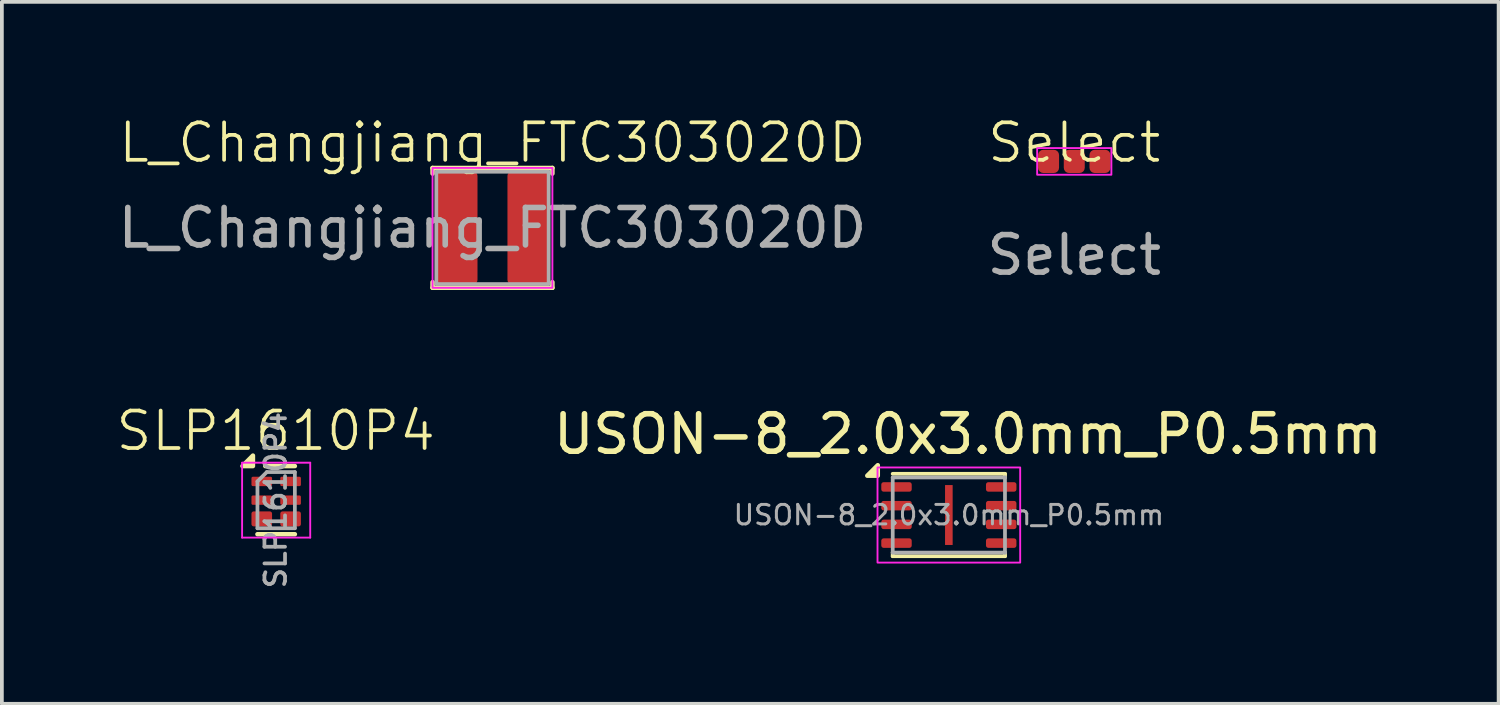
<source format=kicad_pcb>
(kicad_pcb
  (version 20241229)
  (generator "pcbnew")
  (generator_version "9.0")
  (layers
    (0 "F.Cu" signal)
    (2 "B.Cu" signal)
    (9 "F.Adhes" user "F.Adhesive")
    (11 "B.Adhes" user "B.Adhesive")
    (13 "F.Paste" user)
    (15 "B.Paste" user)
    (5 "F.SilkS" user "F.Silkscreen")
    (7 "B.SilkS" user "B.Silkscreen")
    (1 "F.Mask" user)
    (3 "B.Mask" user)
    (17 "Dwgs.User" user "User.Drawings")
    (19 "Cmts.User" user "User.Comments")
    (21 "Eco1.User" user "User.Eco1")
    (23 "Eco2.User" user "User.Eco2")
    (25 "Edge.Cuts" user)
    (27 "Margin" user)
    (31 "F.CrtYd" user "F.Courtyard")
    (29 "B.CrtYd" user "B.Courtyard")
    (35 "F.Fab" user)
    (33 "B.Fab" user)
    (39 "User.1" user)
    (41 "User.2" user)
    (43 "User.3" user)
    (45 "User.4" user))
  (footprint "SLP1610P4"
    (layer "F.Cu")
    (at 4.312 10.306)
    (property "Reference" "SLP1610P4" (at 0 -1.85 0) (unlocked yes) (layer "F.SilkS") (effects (font (size 1 1) (thickness 0.1))))
    (attr smd)
    (fp_line (start 0.512 -0.91) (end -0.278 -0.91) (stroke (width 0.12) (type solid)) (layer "F.SilkS"))
    (fp_line (start 0.512 0.91) (end -0.487 0.91) (stroke (width 0.12) (type solid)) (layer "F.SilkS"))
    (fp_poly (pts (xy -0.608 -0.91) (xy -0.887 -0.91) (xy -0.608 -1.19) (xy -0.608 -0.91)) (stroke (width 0.12) (type solid)) (fill yes) (layer "F.SilkS"))
    (fp_line (start -0.897 -1) (end 0.922 -1) (stroke (width 0.05) (type solid)) (layer "F.CrtYd"))
    (fp_line (start -0.897 1) (end -0.897 -1) (stroke (width 0.05) (type solid)) (layer "F.CrtYd"))
    (fp_line (start 0.922 -1) (end 0.922 1) (stroke (width 0.05) (type solid)) (layer "F.CrtYd"))
    (fp_line (start 0.922 1) (end -0.897 1) (stroke (width 0.05) (type solid)) (layer "F.CrtYd"))
    (fp_line (start -0.487 -0.5) (end -0.487 0.75) (stroke (width 0.1) (type solid)) (layer "F.Fab"))
    (fp_line (start -0.487 0.75) (end 0.512 0.75) (stroke (width 0.1) (type solid)) (layer "F.Fab"))
    (fp_line (start -0.237 -0.75) (end -0.487 -0.5) (stroke (width 0.1) (type solid)) (layer "F.Fab"))
    (fp_line (start 0.512 -0.75) (end -0.237 -0.75) (stroke (width 0.1) (type solid)) (layer "F.Fab"))
    (fp_line (start 0.512 -0.75) (end 0.512 0.75) (stroke (width 0.1) (type solid)) (layer "F.Fab"))
    (fp_text user "${REFERENCE}" (at 0 0 90) (unlocked yes) (layer "F.Fab") (effects (font (size 0.55 0.55) (thickness 0.1) (bold yes))))
    (pad "1" smd roundrect (at -0.372 -0.5 270) (size 0.25 0.55) (layers "F.Cu" "F.Mask" "F.Paste") (roundrect_rratio 0.15))
    (pad "2" smd roundrect (at -0.372 0 270) (size 0.25 0.55) (layers "F.Cu" "F.Mask" "F.Paste") (roundrect_rratio 0.15))
    (pad "3" smd roundrect (at -0.372 0.5 270) (size 0.4 0.55) (layers "F.Cu" "F.Mask" "F.Paste") (roundrect_rratio 0.15))
    (pad "4" smd roundrect (at 0.398 0.5 270) (size 0.4 0.55) (layers "F.Cu" "F.Mask" "F.Paste") (roundrect_rratio 0.15))
    (pad "5" smd roundrect (at 0.398 0 270) (size 0.25 0.55) (layers "F.Cu" "F.Mask" "F.Paste") (roundrect_rratio 0.15))
    (pad "6" smd roundrect (at 0.398 -0.5 270) (size 0.25 0.55) (layers "F.Cu" "F.Mask" "F.Paste") (roundrect_rratio 0.15)))
  (footprint "Select"
    (layer "F.Cu")
    (at 25.637 1.26)
    (property "Reference" "Select" (at 0 -0.5 0) (unlocked yes) (layer "F.SilkS") (effects (font (size 1 1) (thickness 0.1))))
    (attr smd)
    (fp_rect (start -0.866 -0.26) (end 0.866 0.26) (stroke (width 0.051) (type solid)) (fill yes) (layer "F.Mask"))
    (fp_rect (start -0.991 -0.356) (end 0.991 0.356) (stroke (width 0.05) (type default)) (fill no) (layer "F.CrtYd"))
    (fp_text user "${REFERENCE}" (at 0 2.5 0) (unlocked yes) (layer "F.Fab") (effects (font (size 1 1) (thickness 0.15))))
    (pad "1" smd roundrect (at -0.686 0) (size 0.56 0.62) (layers "F.Cu" "F.Mask" "F.Paste") (roundrect_rratio 0.25))
    (pad "2" smd roundrect (at 0 0) (size 0.56 0.62) (layers "F.Cu" "F.Mask" "F.Paste") (roundrect_rratio 0.25))
    (pad "3" smd roundrect (at 0.686 0) (size 0.56 0.62) (layers "F.Cu" "F.Mask" "F.Paste") (roundrect_rratio 0.25))
    (zone (net_name "") (layer "F.Cu") (hatch edge 0.5) (connect_pads) (min_thickness 0.25) (filled_areas_thickness no) (keepout (tracks allowed) (vias allowed) (pads allowed) (copperpour not_allowed) (footprints allowed)) (placement (enabled no)) (fill) (polygon (pts (xy 24.771 0.976) (xy 24.771 1.546) (xy 26.503 1.546) (xy 26.503 0.976)))))
  (footprint "L_Changjiang_FTC303020D"
    (layer "F.Cu")
    (at 10.101 3.035)
    (property "Reference" "L_Changjiang_FTC303020D" (at 0 -2.275 0) (unlocked yes) (layer "F.SilkS") (effects (font (size 1 1) (thickness 0.1))))
    (attr smd)
    (fp_line (start -1.6 -1.6) (end 1.6 -1.6) (stroke (width 0.12) (type solid)) (layer "F.SilkS"))
    (fp_line (start -1.6 -1.45) (end -1.6 -1.6) (stroke (width 0.12) (type solid)) (layer "F.SilkS"))
    (fp_line (start -1.6 1.6) (end -1.6 1.45) (stroke (width 0.12) (type solid)) (layer "F.SilkS"))
    (fp_line (start -1.6 1.6) (end 1.6 1.6) (stroke (width 0.12) (type solid)) (layer "F.SilkS"))
    (fp_line (start 1.6 -1.6) (end 1.6 -1.45) (stroke (width 0.12) (type solid)) (layer "F.SilkS"))
    (fp_line (start 1.6 1.6) (end 1.6 1.45) (stroke (width 0.12) (type solid)) (layer "F.SilkS"))
    (fp_rect (start -1.6 -1.6) (end 1.6 1.6) (stroke (width 0.05) (type default)) (fill no) (layer "F.CrtYd"))
    (fp_rect (start -1.5 -1.5) (end 1.5 1.5) (stroke (width 0.1) (type default)) (fill no) (layer "F.Fab"))
    (fp_text user "${REFERENCE}" (at 0 0 0) (unlocked yes) (layer "F.Fab") (effects (font (size 1 1) (thickness 0.15))))
    (pad "1" smd roundrect (at -0.95 0) (size 1.1 3) (layers "F.Cu" "F.Mask" "F.Paste") (roundrect_rratio 0.1))
    (pad "2" smd roundrect (at 0.95 0) (size 1.1 3) (layers "F.Cu" "F.Mask" "F.Paste") (roundrect_rratio 0.1)))
  (footprint "USON-8_2.0x3.0mm_P0.5mm"
    (layer "F.Cu")
    (at 22.288 10.703)
    (property "Reference" "USON-8_2.0x3.0mm_P0.5mm" (at 0.508 -2.159 0) (layer "F.SilkS") (effects (font (size 1 1) (thickness 0.15))))
    (attr smd)
    (fp_line (start -1.5 1) (end -1.5 1.1) (stroke (width 0.1) (type default)) (layer "F.SilkS"))
    (fp_line (start -1.5 1.1) (end 1.5 1.1) (stroke (width 0.1) (type solid)) (layer "F.SilkS"))
    (fp_line (start 1.5 -1.1) (end -1.5 -1.1) (stroke (width 0.1) (type solid)) (layer "F.SilkS"))
    (fp_line (start 1.5 -1) (end 1.5 -1.1) (stroke (width 0.1) (type default)) (layer "F.SilkS"))
    (fp_line (start 1.5 1) (end 1.5 1.1) (stroke (width 0.1) (type default)) (layer "F.SilkS"))
    (fp_poly (pts (xy -1.898 -1.05) (xy -2.178 -1.05) (xy -1.898 -1.33) (xy -1.898 -1.05)) (stroke (width 0.12) (type solid)) (fill yes) (layer "F.SilkS"))
    (fp_poly (pts (xy -1.905 -1.27) (xy 1.905 -1.27) (xy 1.905 1.27) (xy -1.905 1.27)) (stroke (width 0.05) (type default)) (fill no) (layer "F.CrtYd"))
    (fp_line (start -1.499 -1.003) (end -1.499 1.003) (stroke (width 0.1) (type solid)) (layer "F.Fab"))
    (fp_line (start -1.499 1.003) (end 1.499 1.003) (stroke (width 0.1) (type solid)) (layer "F.Fab"))
    (fp_line (start 1.499 -1.003) (end -1.499 -1.003) (stroke (width 0.1) (type solid)) (layer "F.Fab"))
    (fp_line (start 1.499 1.003) (end 1.499 -1.003) (stroke (width 0.1) (type solid)) (layer "F.Fab"))
    (fp_text user "${REFERENCE}" (at 0 0 0) (unlocked yes) (layer "F.Fab") (effects (font (size 0.52 0.52) (thickness 0.08))))
    (pad "1" smd roundrect (at -1.398 -0.75) (size 0.813 0.254) (layers "F.Cu" "F.Mask" "F.Paste") (roundrect_rratio 0.25))
    (pad "2" smd roundrect (at -1.398 -0.25) (size 0.813 0.254) (layers "F.Cu" "F.Mask" "F.Paste") (roundrect_rratio 0.25))
    (pad "3" smd roundrect (at -1.398 0.25) (size 0.813 0.254) (layers "F.Cu" "F.Mask" "F.Paste") (roundrect_rratio 0.25))
    (pad "4" smd roundrect (at -1.398 0.75) (size 0.813 0.254) (layers "F.Cu" "F.Mask" "F.Paste") (roundrect_rratio 0.25))
    (pad "5" smd roundrect (at 1.398 0.75) (size 0.813 0.254) (layers "F.Cu" "F.Mask" "F.Paste") (roundrect_rratio 0.25))
    (pad "6" smd roundrect (at 1.398 0.25) (size 0.813 0.254) (layers "F.Cu" "F.Mask" "F.Paste") (roundrect_rratio 0.25))
    (pad "7" smd roundrect (at 1.398 -0.25) (size 0.813 0.254) (layers "F.Cu" "F.Mask" "F.Paste") (roundrect_rratio 0.25))
    (pad "8" smd roundrect (at 1.398 -0.75) (size 0.813 0.254) (layers "F.Cu" "F.Mask" "F.Paste") (roundrect_rratio 0.25))
    (pad "9" smd rect (at 0 0) (size 0.203 1.6) (layers "F.Cu" "F.Mask" "F.Paste")))
  (gr_rect
    (start -3 -3)
    (end 36.969 15.745)
    (stroke (width 0.1) (type default))
    (fill no)
    (layer "Edge.Cuts")))
</source>
